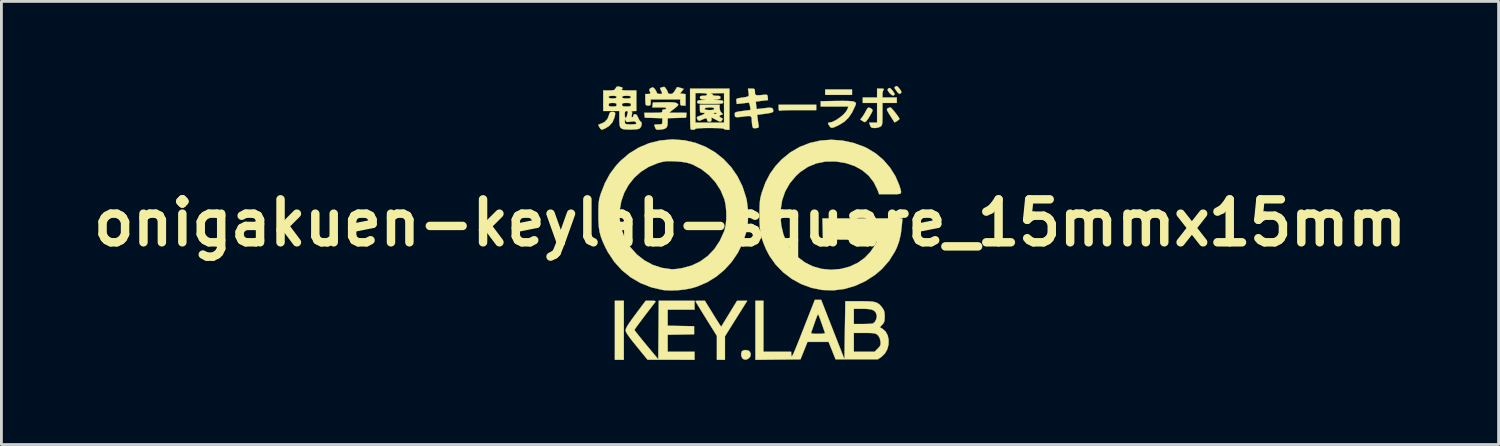
<source format=kicad_pcb>
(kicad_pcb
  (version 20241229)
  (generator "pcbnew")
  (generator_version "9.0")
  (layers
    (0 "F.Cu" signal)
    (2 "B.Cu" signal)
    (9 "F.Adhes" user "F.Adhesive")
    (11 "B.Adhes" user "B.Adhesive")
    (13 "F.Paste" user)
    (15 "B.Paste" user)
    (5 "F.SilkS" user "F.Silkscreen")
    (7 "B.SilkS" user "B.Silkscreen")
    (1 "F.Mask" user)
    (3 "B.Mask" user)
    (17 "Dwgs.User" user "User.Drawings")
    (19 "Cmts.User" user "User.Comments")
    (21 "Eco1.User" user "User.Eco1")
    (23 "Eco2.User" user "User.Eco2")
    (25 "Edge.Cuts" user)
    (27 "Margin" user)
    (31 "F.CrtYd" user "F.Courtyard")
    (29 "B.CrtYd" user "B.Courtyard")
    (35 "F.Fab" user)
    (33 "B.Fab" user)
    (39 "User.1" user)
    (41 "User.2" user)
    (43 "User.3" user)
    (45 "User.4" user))
  (footprint "onigakuen-keylab-square_15mmx15mm"
    (layer "F.Cu")
    (at 23.557 4.856)
    (property "Reference" "onigakuen-keylab-square_15mmx15mm" (at 0 0 0) (layer "F.SilkS") (effects (font (size 1.524 1.524) (thickness 0.3))))
    (attr through_hole)
    (fp_poly (pts (xy -4.477 4.858) (xy -4.794 4.858) (xy -4.794 2.762) (xy -4.477 2.762) (xy -4.477 4.858)) (stroke (width 0.01) (type solid)) (fill yes) (layer "F.SilkS"))
    (fp_poly (pts (xy 3.619 -4.54) (xy 2.667 -4.54) (xy 2.667 -4.731) (xy 3.619 -4.731) (xy 3.619 -4.54)) (stroke (width 0.01) (type solid)) (fill yes) (layer "F.SilkS"))
    (fp_poly (pts (xy 2.349 -4) (xy 1.733 -4) (xy 1.539 -4) (xy 1.364 -3.997) (xy 1.221 -3.993) (xy 1.118 -3.988) (xy 1.068 -3.982) (xy 1.066 -3.981) (xy 1.032 -3.981) (xy 1.018 -4.023) (xy 1.016 -4.076) (xy 1.016 -4.191) (xy 2.349 -4.191) (xy 2.349 -4)) (stroke (width 0.01) (type solid)) (fill yes) (layer "F.SilkS"))
    (fp_poly (pts (xy -0.116 4.514) (xy -0.034 4.545) (xy -0.018 4.558) (xy 0.027 4.642) (xy 0.013 4.733) (xy -0.032 4.794) (xy -0.121 4.85) (xy -0.211 4.846) (xy -0.268 4.808) (xy -0.307 4.733) (xy -0.315 4.641) (xy -0.291 4.561) (xy -0.279 4.547) (xy -0.208 4.514) (xy -0.116 4.514)) (stroke (width 0.01) (type solid)) (fill yes) (layer "F.SilkS"))
    (fp_poly (pts (xy 5.222 -4.846) (xy 5.263 -4.806) (xy 5.308 -4.751) (xy 5.36 -4.674) (xy 5.369 -4.626) (xy 5.357 -4.608) (xy 5.319 -4.579) (xy 5.282 -4.584) (xy 5.234 -4.632) (xy 5.191 -4.687) (xy 5.139 -4.761) (xy 5.127 -4.805) (xy 5.147 -4.829) (xy 5.189 -4.851) (xy 5.222 -4.846)) (stroke (width 0.01) (type solid)) (fill yes) (layer "F.SilkS"))
    (fp_poly (pts (xy 4.986 -4.768) (xy 5.043 -4.707) (xy 5.051 -4.698) (xy 5.104 -4.625) (xy 5.131 -4.569) (xy 5.132 -4.556) (xy 5.097 -4.518) (xy 5.038 -4.529) (xy 4.969 -4.584) (xy 4.943 -4.615) (xy 4.893 -4.686) (xy 4.88 -4.727) (xy 4.901 -4.759) (xy 4.91 -4.766) (xy 4.947 -4.785) (xy 4.986 -4.768)) (stroke (width 0.01) (type solid)) (fill yes) (layer "F.SilkS"))
    (fp_poly (pts (xy 5.014 -4.072) (xy 5.07 -4.011) (xy 5.138 -3.929) (xy 5.206 -3.84) (xy 5.263 -3.759) (xy 5.298 -3.701) (xy 5.302 -3.686) (xy 5.278 -3.657) (xy 5.219 -3.616) (xy 5.215 -3.613) (xy 5.128 -3.562) (xy 4.978 -3.797) (xy 4.908 -3.91) (xy 4.868 -3.982) (xy 4.856 -4.025) (xy 4.867 -4.049) (xy 4.889 -4.064) (xy 4.953 -4.09) (xy 4.983 -4.096) (xy 5.014 -4.072)) (stroke (width 0.01) (type solid)) (fill yes) (layer "F.SilkS"))
    (fp_poly (pts (xy 4.275 -4.07) (xy 4.304 -4.05) (xy 4.339 -4.02) (xy 4.348 -3.988) (xy 4.328 -3.935) (xy 4.294 -3.868) (xy 4.234 -3.764) (xy 4.17 -3.668) (xy 4.151 -3.643) (xy 4.101 -3.586) (xy 4.063 -3.574) (xy 4.011 -3.601) (xy 3.996 -3.611) (xy 3.912 -3.667) (xy 3.985 -3.76) (xy 4.049 -3.854) (xy 4.108 -3.961) (xy 4.114 -3.974) (xy 4.163 -4.061) (xy 4.212 -4.092) (xy 4.275 -4.07)) (stroke (width 0.01) (type solid)) (fill yes) (layer "F.SilkS"))
    (fp_poly (pts (xy -4.819 -3.931) (xy -4.787 -3.905) (xy -4.785 -3.845) (xy -4.809 -3.739) (xy -4.809 -3.738) (xy -4.879 -3.57) (xy -4.996 -3.44) (xy -5.118 -3.362) (xy -5.21 -3.319) (xy -5.265 -3.308) (xy -5.303 -3.334) (xy -5.343 -3.394) (xy -5.377 -3.457) (xy -5.372 -3.487) (xy -5.324 -3.504) (xy -5.312 -3.507) (xy -5.164 -3.573) (xy -5.06 -3.682) (xy -5.013 -3.796) (xy -4.986 -3.884) (xy -4.954 -3.925) (xy -4.903 -3.937) (xy -4.888 -3.937) (xy -4.819 -3.931)) (stroke (width 0.01) (type solid)) (fill yes) (layer "F.SilkS"))
    (fp_poly (pts (xy -1.382 3.119) (xy -1.293 3.264) (xy -1.21 3.398) (xy -1.141 3.507) (xy -1.095 3.578) (xy -1.093 3.582) (xy -1.024 3.687) (xy -0.46 2.765) (xy -0.279 2.764) (xy -0.098 2.762) (xy -0.494 3.393) (xy -0.889 4.024) (xy -0.889 4.858) (xy -1.175 4.858) (xy -1.175 4.01) (xy -1.556 3.399) (xy -1.665 3.223) (xy -1.762 3.066) (xy -1.842 2.935) (xy -1.9 2.839) (xy -1.932 2.784) (xy -1.937 2.775) (xy -1.908 2.768) (xy -1.834 2.763) (xy -1.77 2.762) (xy -1.603 2.762) (xy -1.382 3.119)) (stroke (width 0.01) (type solid)) (fill yes) (layer "F.SilkS"))
    (fp_poly (pts (xy 4.723 -4.759) (xy 4.749 -4.745) (xy 4.737 -4.724) (xy 4.712 -4.669) (xy 4.699 -4.583) (xy 4.699 -4.566) (xy 4.699 -4.445) (xy 5.207 -4.445) (xy 5.207 -4.255) (xy 4.699 -4.255) (xy 4.699 -3.859) (xy 4.698 -3.694) (xy 4.695 -3.58) (xy 4.687 -3.507) (xy 4.673 -3.461) (xy 4.651 -3.432) (xy 4.628 -3.415) (xy 4.551 -3.383) (xy 4.449 -3.366) (xy 4.425 -3.365) (xy 4.338 -3.371) (xy 4.291 -3.395) (xy 4.262 -3.452) (xy 4.259 -3.461) (xy 4.226 -3.556) (xy 4.508 -3.556) (xy 4.508 -4.255) (xy 4 -4.255) (xy 4 -4.445) (xy 4.508 -4.445) (xy 4.508 -4.763) (xy 4.642 -4.763) (xy 4.723 -4.759)) (stroke (width 0.01) (type solid)) (fill yes) (layer "F.SilkS"))
    (fp_poly (pts (xy 3.47 -4.324) (xy 3.593 -4.317) (xy 3.671 -4.304) (xy 3.699 -4.294) (xy 3.746 -4.265) (xy 3.759 -4.232) (xy 3.741 -4.172) (xy 3.725 -4.135) (xy 3.614 -3.905) (xy 3.491 -3.726) (xy 3.345 -3.587) (xy 3.165 -3.475) (xy 3.127 -3.457) (xy 3.007 -3.401) (xy 2.93 -3.375) (xy 2.879 -3.375) (xy 2.842 -3.404) (xy 2.814 -3.444) (xy 2.772 -3.514) (xy 2.768 -3.547) (xy 2.803 -3.556) (xy 2.807 -3.556) (xy 2.914 -3.579) (xy 3.043 -3.641) (xy 3.178 -3.73) (xy 3.303 -3.833) (xy 3.401 -3.939) (xy 3.457 -4.034) (xy 3.489 -4.128) (xy 2.508 -4.128) (xy 2.508 -4.315) (xy 3.066 -4.325) (xy 3.296 -4.327) (xy 3.47 -4.324)) (stroke (width 0.01) (type solid)) (fill yes) (layer "F.SilkS"))
    (fp_poly (pts (xy -3.408 2.765) (xy -3.358 2.776) (xy -3.352 2.796) (xy -3.356 2.802) (xy -3.385 2.839) (xy -3.445 2.918) (xy -3.53 3.029) (xy -3.634 3.165) (xy -3.744 3.308) (xy -3.856 3.457) (xy -3.954 3.589) (xy -4.032 3.696) (xy -4.082 3.769) (xy -4.099 3.8) (xy -4.079 3.831) (xy -4.024 3.903) (xy -3.941 4.009) (xy -3.834 4.14) (xy -3.712 4.289) (xy -3.676 4.333) (xy -3.254 4.84) (xy -3.246 3.801) (xy -3.238 2.762) (xy -1.968 2.762) (xy -1.968 3.08) (xy -2.921 3.08) (xy -2.921 3.65) (xy -2.453 3.658) (xy -1.984 3.667) (xy -1.984 3.953) (xy -2.453 3.962) (xy -2.921 3.97) (xy -2.921 4.572) (xy -1.968 4.572) (xy -1.968 4.858) (xy -2.802 4.856) (xy -3.635 4.855) (xy -4.024 4.378) (xy -4.168 4.2) (xy -4.274 4.062) (xy -4.347 3.959) (xy -4.391 3.884) (xy -4.411 3.829) (xy -4.413 3.808) (xy -4.402 3.757) (xy -4.366 3.682) (xy -4.301 3.578) (xy -4.203 3.437) (xy -4.069 3.254) (xy -4.056 3.238) (xy -3.7 2.762) (xy -3.513 2.762) (xy -3.408 2.765)) (stroke (width 0.01) (type solid)) (fill yes) (layer "F.SilkS"))
    (fp_poly (pts (xy -3.012 -4.801) (xy -2.969 -4.742) (xy -2.931 -4.674) (xy -2.911 -4.618) (xy -2.91 -4.613) (xy -2.883 -4.582) (xy -2.823 -4.572) (xy -2.776 -4.577) (xy -2.736 -4.6) (xy -2.692 -4.65) (xy -2.634 -4.74) (xy -2.588 -4.817) (xy -2.559 -4.813) (xy -2.491 -4.795) (xy -2.468 -4.788) (xy -2.353 -4.753) (xy -2.418 -4.67) (xy -2.483 -4.588) (xy -2.286 -4.568) (xy -2.286 -4.159) (xy -2.381 -4.159) (xy -2.445 -4.165) (xy -2.471 -4.197) (xy -2.477 -4.27) (xy -2.477 -4.381) (xy -3.524 -4.381) (xy -3.524 -4.27) (xy -3.53 -4.195) (xy -3.557 -4.164) (xy -3.598 -4.159) (xy -3.665 -4.167) (xy -3.694 -4.18) (xy -3.705 -4.221) (xy -3.713 -4.305) (xy -3.715 -4.387) (xy -3.715 -4.572) (xy -3.616 -4.572) (xy -3.549 -4.579) (xy -3.533 -4.606) (xy -3.537 -4.62) (xy -3.565 -4.69) (xy -3.573 -4.709) (xy -3.561 -4.752) (xy -3.511 -4.787) (xy -3.453 -4.806) (xy -3.41 -4.786) (xy -3.367 -4.733) (xy -3.323 -4.662) (xy -3.302 -4.61) (xy -3.302 -4.607) (xy -3.274 -4.582) (xy -3.208 -4.572) (xy -3.207 -4.572) (xy -3.139 -4.575) (xy -3.117 -4.596) (xy -3.134 -4.649) (xy -3.158 -4.697) (xy -3.187 -4.76) (xy -3.179 -4.79) (xy -3.134 -4.806) (xy -3.071 -4.821) (xy -3.044 -4.826) (xy -3.012 -4.801)) (stroke (width 0.01) (type solid)) (fill yes) (layer "F.SilkS"))
    (fp_poly (pts (xy -2.748 -4.276) (xy -2.665 -4.267) (xy -2.611 -4.251) (xy -2.588 -4.236) (xy -2.558 -4.213) (xy -2.545 -4.193) (xy -2.556 -4.167) (xy -2.596 -4.127) (xy -2.674 -4.063) (xy -2.778 -3.981) (xy -2.873 -3.906) (xy -2.562 -3.906) (xy -2.25 -3.905) (xy -2.26 -3.818) (xy -2.27 -3.731) (xy -2.596 -3.722) (xy -2.921 -3.713) (xy -2.921 -3.559) (xy -2.931 -3.444) (xy -2.969 -3.372) (xy -3.046 -3.331) (xy -3.174 -3.309) (xy -3.175 -3.309) (xy -3.27 -3.303) (xy -3.322 -3.313) (xy -3.351 -3.346) (xy -3.365 -3.379) (xy -3.388 -3.446) (xy -3.397 -3.479) (xy -3.369 -3.487) (xy -3.297 -3.492) (xy -3.254 -3.493) (xy -3.167 -3.495) (xy -3.125 -3.511) (xy -3.112 -3.554) (xy -3.111 -3.602) (xy -3.111 -3.712) (xy -3.421 -3.722) (xy -3.731 -3.731) (xy -3.741 -3.818) (xy -3.751 -3.905) (xy -3.431 -3.905) (xy -3.286 -3.906) (xy -3.193 -3.91) (xy -3.141 -3.919) (xy -3.118 -3.937) (xy -3.112 -3.965) (xy -3.111 -3.972) (xy -3.097 -4.021) (xy -3.066 -4.022) (xy -3.01 -4.028) (xy -2.983 -4.05) (xy -2.972 -4.073) (xy -2.993 -4.086) (xy -3.055 -4.093) (xy -3.168 -4.096) (xy -3.205 -4.096) (xy -3.465 -4.096) (xy -3.455 -4.183) (xy -3.445 -4.27) (xy -3.048 -4.278) (xy -2.872 -4.28) (xy -2.748 -4.276)) (stroke (width 0.01) (type solid)) (fill yes) (layer "F.SilkS"))
    (fp_poly (pts (xy -1.079 -4.077) (xy -1.058 -3.967) (xy -1.008 -3.903) (xy -0.965 -3.861) (xy -0.973 -3.844) (xy -0.986 -3.843) (xy -1.051 -3.821) (xy -1.073 -3.804) (xy -1.088 -3.77) (xy -1.05 -3.741) (xy -1.03 -3.732) (xy -0.976 -3.704) (xy -0.973 -3.671) (xy -0.997 -3.635) (xy -1.026 -3.601) (xy -1.057 -3.591) (xy -1.107 -3.606) (xy -1.193 -3.65) (xy -1.205 -3.656) (xy -1.365 -3.74) (xy -1.365 -3.664) (xy -1.379 -3.606) (xy -1.433 -3.588) (xy -1.445 -3.588) (xy -1.507 -3.603) (xy -1.524 -3.651) (xy -1.532 -3.698) (xy -1.565 -3.711) (xy -1.634 -3.69) (xy -1.701 -3.66) (xy -1.776 -3.627) (xy -1.817 -3.623) (xy -1.848 -3.649) (xy -1.859 -3.664) (xy -1.889 -3.724) (xy -1.867 -3.764) (xy -1.789 -3.793) (xy -1.698 -3.827) (xy -1.639 -3.86) (xy -1.619 -3.875) (xy -1.287 -3.875) (xy -1.25 -3.861) (xy -1.2 -3.868) (xy -1.175 -3.892) (xy -1.175 -3.893) (xy -1.202 -3.903) (xy -1.24 -3.905) (xy -1.284 -3.894) (xy -1.287 -3.875) (xy -1.619 -3.875) (xy -1.599 -3.891) (xy -1.608 -3.903) (xy -1.674 -3.905) (xy -1.676 -3.905) (xy -1.739 -3.909) (xy -1.768 -3.931) (xy -1.777 -3.989) (xy -1.778 -4.032) (xy -1.606 -4.032) (xy -1.597 -4.021) (xy -1.556 -4.009) (xy -1.474 -4.002) (xy -1.423 -4) (xy -1.325 -4.006) (xy -1.279 -4.025) (xy -1.27 -4.048) (xy -1.287 -4.078) (xy -1.347 -4.093) (xy -1.427 -4.096) (xy -1.539 -4.088) (xy -1.601 -4.066) (xy -1.606 -4.032) (xy -1.778 -4.032) (xy -1.778 -4.048) (xy -1.778 -4.191) (xy -1.079 -4.191) (xy -1.079 -4.077)) (stroke (width 0.01) (type solid)) (fill yes) (layer "F.SilkS"))
    (fp_poly (pts (xy 0.131 -4.759) (xy 0.166 -4.737) (xy 0.174 -4.677) (xy 0.175 -4.643) (xy 0.177 -4.583) (xy 0.194 -4.545) (xy 0.234 -4.528) (xy 0.311 -4.526) (xy 0.436 -4.537) (xy 0.492 -4.543) (xy 0.574 -4.548) (xy 0.612 -4.532) (xy 0.626 -4.484) (xy 0.629 -4.457) (xy 0.638 -4.358) (xy 0.422 -4.33) (xy 0.206 -4.302) (xy 0.217 -4.175) (xy 0.226 -4.093) (xy 0.234 -4.045) (xy 0.236 -4.04) (xy 0.269 -4.04) (xy 0.349 -4.048) (xy 0.462 -4.062) (xy 0.507 -4.068) (xy 0.651 -4.084) (xy 0.744 -4.083) (xy 0.797 -4.063) (xy 0.82 -4.018) (xy 0.825 -3.964) (xy 0.813 -3.936) (xy 0.771 -3.914) (xy 0.687 -3.894) (xy 0.551 -3.873) (xy 0.539 -3.872) (xy 0.252 -3.832) (xy 0.271 -3.686) (xy 0.286 -3.577) (xy 0.301 -3.48) (xy 0.305 -3.456) (xy 0.309 -3.399) (xy 0.28 -3.372) (xy 0.211 -3.36) (xy 0.135 -3.357) (xy 0.099 -3.381) (xy 0.082 -3.44) (xy 0.068 -3.544) (xy 0.063 -3.631) (xy 0.057 -3.721) (xy 0.032 -3.772) (xy -0.026 -3.791) (xy -0.126 -3.786) (xy -0.191 -3.777) (xy -0.343 -3.757) (xy -0.443 -3.748) (xy -0.502 -3.753) (xy -0.53 -3.775) (xy -0.539 -3.813) (xy -0.54 -3.838) (xy -0.54 -3.875) (xy -0.535 -3.901) (xy -0.515 -3.92) (xy -0.47 -3.935) (xy -0.39 -3.95) (xy -0.265 -3.968) (xy -0.109 -3.988) (xy 0.019 -4.006) (xy 0.000385 -4.138) (xy -0.018 -4.218) (xy -0.041 -4.263) (xy -0.049 -4.266) (xy -0.095 -4.26) (xy -0.183 -4.25) (xy -0.274 -4.239) (xy -0.468 -4.217) (xy -0.482 -4.314) (xy -0.487 -4.375) (xy -0.464 -4.407) (xy -0.4 -4.424) (xy -0.367 -4.429) (xy -0.219 -4.452) (xy -0.123 -4.469) (xy -0.068 -4.487) (xy -0.045 -4.513) (xy -0.043 -4.552) (xy -0.051 -4.611) (xy -0.053 -4.623) (xy -0.072 -4.763) (xy 0.051 -4.763) (xy 0.131 -4.759)) (stroke (width 0.01) (type solid)) (fill yes) (layer "F.SilkS"))
    (fp_poly (pts (xy -0.73 -3.302) (xy -0.826 -3.302) (xy -0.892 -3.311) (xy -0.921 -3.333) (xy -0.921 -3.334) (xy -0.952 -3.346) (xy -1.041 -3.356) (xy -1.184 -3.363) (xy -1.375 -3.365) (xy -1.429 -3.365) (xy -1.631 -3.364) (xy -1.786 -3.358) (xy -1.889 -3.349) (xy -1.935 -3.337) (xy -1.937 -3.334) (xy -1.963 -3.311) (xy -2.021 -3.302) (xy -2.081 -3.31) (xy -2.106 -3.323) (xy -2.112 -3.36) (xy -2.118 -3.45) (xy -2.122 -3.586) (xy -2.125 -3.757) (xy -2.127 -3.954) (xy -2.127 -4.053) (xy -2.127 -4.604) (xy -1.937 -4.604) (xy -1.937 -3.556) (xy -0.921 -3.556) (xy -0.921 -4.604) (xy -1.199 -4.599) (xy -1.31 -4.596) (xy -1.381 -4.59) (xy -1.402 -4.584) (xy -1.389 -4.581) (xy -1.331 -4.563) (xy -1.319 -4.538) (xy -1.302 -4.52) (xy -1.237 -4.51) (xy -1.192 -4.508) (xy -1.102 -4.504) (xy -1.059 -4.487) (xy -1.048 -4.451) (xy -1.048 -4.447) (xy -1.059 -4.408) (xy -1.103 -4.386) (xy -1.194 -4.373) (xy -1.199 -4.373) (xy -1.273 -4.367) (xy -1.294 -4.362) (xy -1.257 -4.359) (xy -1.16 -4.356) (xy -1.151 -4.355) (xy -1.042 -4.35) (xy -0.982 -4.338) (xy -0.957 -4.316) (xy -0.953 -4.286) (xy -0.956 -4.261) (xy -0.972 -4.244) (xy -1.01 -4.233) (xy -1.081 -4.227) (xy -1.193 -4.224) (xy -1.356 -4.223) (xy -1.413 -4.223) (xy -1.592 -4.223) (xy -1.718 -4.225) (xy -1.799 -4.231) (xy -1.846 -4.24) (xy -1.867 -4.256) (xy -1.873 -4.278) (xy -1.873 -4.286) (xy -1.865 -4.323) (xy -1.832 -4.343) (xy -1.759 -4.352) (xy -1.691 -4.355) (xy -1.597 -4.359) (xy -1.563 -4.362) (xy -1.586 -4.367) (xy -1.643 -4.373) (xy -1.731 -4.387) (xy -1.771 -4.413) (xy -1.778 -4.447) (xy -1.767 -4.487) (xy -1.722 -4.505) (xy -1.651 -4.508) (xy -1.563 -4.516) (xy -1.526 -4.542) (xy -1.524 -4.556) (xy -1.538 -4.583) (xy -1.587 -4.598) (xy -1.684 -4.603) (xy -1.73 -4.604) (xy -1.937 -4.604) (xy -2.127 -4.604) (xy -2.127 -4.763) (xy -0.73 -4.763) (xy -0.73 -3.302)) (stroke (width 0.01) (type solid)) (fill yes) (layer "F.SilkS"))
    (fp_poly (pts (xy -2.325 -2.929) (xy -1.938 -2.84) (xy -1.575 -2.697) (xy -1.239 -2.503) (xy -0.937 -2.262) (xy -0.671 -1.978) (xy -0.447 -1.655) (xy -0.268 -1.295) (xy -0.141 -0.904) (xy -0.114 -0.787) (xy -0.065 -0.4) (xy -0.077 -0.016) (xy -0.144 0.36) (xy -0.264 0.721) (xy -0.432 1.062) (xy -0.646 1.377) (xy -0.901 1.66) (xy -1.194 1.905) (xy -1.521 2.107) (xy -1.879 2.26) (xy -2.075 2.318) (xy -2.298 2.361) (xy -2.545 2.389) (xy -2.792 2.399) (xy -3.014 2.39) (xy -3.096 2.38) (xy -3.504 2.286) (xy -3.884 2.136) (xy -4.232 1.933) (xy -4.544 1.68) (xy -4.816 1.38) (xy -5.044 1.035) (xy -5.128 0.875) (xy -5.222 0.671) (xy -5.289 0.495) (xy -5.335 0.327) (xy -5.363 0.15) (xy -5.376 -0.054) (xy -5.377 -0.131) (xy -4.624 -0.131) (xy -4.569 0.191) (xy -4.456 0.508) (xy -4.428 0.567) (xy -4.245 0.863) (xy -4.018 1.118) (xy -3.753 1.327) (xy -3.456 1.488) (xy -3.135 1.595) (xy -2.795 1.644) (xy -2.746 1.646) (xy -2.669 1.642) (xy -2.552 1.628) (xy -2.421 1.608) (xy -2.406 1.605) (xy -2.072 1.515) (xy -1.768 1.37) (xy -1.497 1.173) (xy -1.264 0.928) (xy -1.07 0.636) (xy -0.918 0.3) (xy -0.902 0.254) (xy -0.862 0.08) (xy -0.841 -0.134) (xy -0.841 -0.364) (xy -0.859 -0.591) (xy -0.897 -0.793) (xy -0.911 -0.841) (xy -1.042 -1.154) (xy -1.226 -1.441) (xy -1.455 -1.692) (xy -1.721 -1.902) (xy -2.019 -2.062) (xy -2.117 -2.1) (xy -2.27 -2.142) (xy -2.464 -2.169) (xy -2.658 -2.183) (xy -2.824 -2.188) (xy -2.949 -2.187) (xy -3.053 -2.175) (xy -3.157 -2.152) (xy -3.279 -2.116) (xy -3.594 -1.987) (xy -3.873 -1.811) (xy -4.113 -1.594) (xy -4.31 -1.343) (xy -4.463 -1.065) (xy -4.568 -0.766) (xy -4.622 -0.452) (xy -4.624 -0.131) (xy -5.377 -0.131) (xy -5.379 -0.302) (xy -5.378 -0.493) (xy -5.373 -0.637) (xy -5.364 -0.75) (xy -5.347 -0.847) (xy -5.321 -0.945) (xy -5.289 -1.048) (xy -5.143 -1.419) (xy -4.965 -1.745) (xy -4.745 -2.038) (xy -4.598 -2.196) (xy -4.291 -2.459) (xy -3.951 -2.669) (xy -3.584 -2.824) (xy -3.194 -2.921) (xy -2.786 -2.959) (xy -2.731 -2.96) (xy -2.325 -2.929)) (stroke (width 0.01) (type solid)) (fill yes) (layer "F.SilkS"))
    (fp_poly (pts (xy 3.27 -2.921) (xy 3.662 -2.838) (xy 4.049 -2.698) (xy 4.157 -2.647) (xy 4.459 -2.464) (xy 4.733 -2.231) (xy 4.969 -1.957) (xy 5.16 -1.653) (xy 5.298 -1.327) (xy 5.315 -1.272) (xy 5.346 -1.168) (xy 5.36 -1.096) (xy 5.349 -1.052) (xy 5.305 -1.028) (xy 5.219 -1.018) (xy 5.082 -1.016) (xy 4.973 -1.016) (xy 4.581 -1.016) (xy 4.525 -1.167) (xy 4.392 -1.439) (xy 4.21 -1.673) (xy 3.983 -1.866) (xy 3.714 -2.015) (xy 3.407 -2.119) (xy 3.065 -2.175) (xy 3.016 -2.179) (xy 2.672 -2.174) (xy 2.352 -2.11) (xy 2.056 -1.988) (xy 1.785 -1.807) (xy 1.634 -1.67) (xy 1.413 -1.406) (xy 1.249 -1.119) (xy 1.14 -0.805) (xy 1.086 -0.459) (xy 1.079 -0.27) (xy 1.107 0.087) (xy 1.187 0.418) (xy 1.315 0.72) (xy 1.487 0.988) (xy 1.699 1.217) (xy 1.948 1.404) (xy 2.228 1.543) (xy 2.536 1.631) (xy 2.867 1.663) (xy 2.889 1.663) (xy 3.221 1.635) (xy 3.532 1.553) (xy 3.816 1.421) (xy 4.066 1.244) (xy 4.274 1.025) (xy 4.373 0.881) (xy 4.422 0.803) (xy 4.46 0.741) (xy 4.482 0.693) (xy 4.481 0.658) (xy 4.454 0.633) (xy 4.393 0.616) (xy 4.295 0.606) (xy 4.152 0.601) (xy 3.96 0.599) (xy 3.713 0.597) (xy 3.551 0.596) (xy 2.588 0.587) (xy 2.579 0.214) (xy 2.57 -0.159) (xy 5.407 -0.159) (xy 5.385 0.103) (xy 5.349 0.399) (xy 5.29 0.653) (xy 5.204 0.886) (xy 5.143 1.012) (xy 4.935 1.346) (xy 4.677 1.639) (xy 4.44 1.841) (xy 4.093 2.067) (xy 3.727 2.235) (xy 3.348 2.345) (xy 2.962 2.394) (xy 2.574 2.382) (xy 2.554 2.38) (xy 2.175 2.303) (xy 1.814 2.17) (xy 1.479 1.985) (xy 1.176 1.754) (xy 0.911 1.481) (xy 0.691 1.171) (xy 0.571 0.941) (xy 0.484 0.735) (xy 0.42 0.549) (xy 0.376 0.367) (xy 0.35 0.17) (xy 0.338 -0.058) (xy 0.336 -0.286) (xy 0.338 -0.488) (xy 0.342 -0.642) (xy 0.351 -0.763) (xy 0.365 -0.865) (xy 0.387 -0.963) (xy 0.418 -1.072) (xy 0.423 -1.089) (xy 0.551 -1.439) (xy 0.711 -1.745) (xy 0.91 -2.022) (xy 1.131 -2.257) (xy 1.432 -2.502) (xy 1.763 -2.694) (xy 2.118 -2.833) (xy 2.492 -2.918) (xy 2.878 -2.948) (xy 3.27 -2.921)) (stroke (width 0.01) (type solid)) (fill yes) (layer "F.SilkS"))
    (fp_poly (pts (xy 2.524 2.731) (xy 3.35 4.838) (xy 3.364 3.905) (xy 3.683 3.905) (xy 3.683 4.572) (xy 4.42 4.572) (xy 4.532 4.46) (xy 4.599 4.387) (xy 4.629 4.327) (xy 4.632 4.251) (xy 4.627 4.199) (xy 4.599 4.078) (xy 4.542 3.993) (xy 4.526 3.978) (xy 4.485 3.947) (xy 4.439 3.926) (xy 4.375 3.914) (xy 4.28 3.907) (xy 4.14 3.905) (xy 4.062 3.905) (xy 3.683 3.905) (xy 3.364 3.905) (xy 3.365 3.808) (xy 3.377 3.048) (xy 3.683 3.048) (xy 3.683 3.588) (xy 3.998 3.588) (xy 4.138 3.586) (xy 4.257 3.581) (xy 4.34 3.573) (xy 4.364 3.568) (xy 4.428 3.514) (xy 4.476 3.423) (xy 4.497 3.32) (xy 4.492 3.268) (xy 4.459 3.177) (xy 4.399 3.113) (xy 4.303 3.073) (xy 4.162 3.053) (xy 3.996 3.048) (xy 3.683 3.048) (xy 3.377 3.048) (xy 3.381 2.778) (xy 3.889 2.779) (xy 4.109 2.781) (xy 4.275 2.788) (xy 4.4 2.804) (xy 4.494 2.832) (xy 4.567 2.875) (xy 4.632 2.935) (xy 4.689 3.006) (xy 4.741 3.084) (xy 4.768 3.162) (xy 4.778 3.267) (xy 4.778 3.321) (xy 4.775 3.438) (xy 4.759 3.515) (xy 4.724 3.574) (xy 4.691 3.611) (xy 4.605 3.702) (xy 4.7 3.758) (xy 4.812 3.858) (xy 4.885 3.995) (xy 4.918 4.154) (xy 4.913 4.322) (xy 4.869 4.486) (xy 4.788 4.632) (xy 4.67 4.748) (xy 4.658 4.757) (xy 4.529 4.842) (xy 3.036 4.842) (xy 2.912 4.532) (xy 2.787 4.223) (xy 2.039 4.223) (xy 1.915 4.532) (xy 1.79 4.842) (xy 0.99 4.85) (xy 0.191 4.859) (xy 0.191 2.762) (xy 0.476 2.762) (xy 0.476 4.572) (xy 1.457 4.572) (xy 1.467 4.7) (xy 1.471 4.728) (xy 1.481 4.736) (xy 1.498 4.718) (xy 1.525 4.669) (xy 1.564 4.586) (xy 1.616 4.462) (xy 1.684 4.294) (xy 1.771 4.077) (xy 1.842 3.897) (xy 2.167 3.897) (xy 2.176 3.918) (xy 2.228 3.93) (xy 2.331 3.936) (xy 2.412 3.937) (xy 2.53 3.934) (xy 2.617 3.926) (xy 2.66 3.915) (xy 2.662 3.91) (xy 2.648 3.871) (xy 2.618 3.785) (xy 2.577 3.667) (xy 2.54 3.561) (xy 2.494 3.43) (xy 2.454 3.324) (xy 2.425 3.257) (xy 2.413 3.239) (xy 2.397 3.267) (xy 2.365 3.342) (xy 2.323 3.453) (xy 2.29 3.548) (xy 2.243 3.682) (xy 2.204 3.795) (xy 2.176 3.872) (xy 2.167 3.897) (xy 1.842 3.897) (xy 1.878 3.805) (xy 1.888 3.779) (xy 2.3 2.731) (xy 2.524 2.731)) (stroke (width 0.01) (type solid)) (fill yes) (layer "F.SilkS"))
    (fp_poly (pts (xy -4.661 -4.837) (xy -4.567 -4.814) (xy -4.524 -4.795) (xy -4.522 -4.773) (xy -4.541 -4.746) (xy -4.552 -4.723) (xy -4.535 -4.709) (xy -4.478 -4.702) (xy -4.371 -4.699) (xy -4.306 -4.699) (xy -4.032 -4.699) (xy -4.032 -3.969) (xy -4.135 -3.966) (xy -4.194 -3.961) (xy -4.206 -3.951) (xy -4.202 -3.949) (xy -4.18 -3.91) (xy -4.191 -3.84) (xy -4.204 -3.772) (xy -4.186 -3.748) (xy -4.174 -3.747) (xy -4.144 -3.769) (xy -4.146 -3.79) (xy -4.134 -3.832) (xy -4.095 -3.851) (xy -4.049 -3.852) (xy -4.012 -3.818) (xy -3.971 -3.736) (xy -3.968 -3.728) (xy -3.926 -3.646) (xy -3.889 -3.596) (xy -3.875 -3.588) (xy -3.848 -3.562) (xy -3.844 -3.501) (xy -3.861 -3.428) (xy -3.887 -3.38) (xy -3.921 -3.347) (xy -3.977 -3.328) (xy -4.07 -3.317) (xy -4.18 -3.312) (xy -4.308 -3.312) (xy -4.417 -3.315) (xy -4.486 -3.322) (xy -4.493 -3.323) (xy -4.558 -3.347) (xy -4.6 -3.385) (xy -4.623 -3.449) (xy -4.633 -3.553) (xy -4.634 -3.617) (xy -4.443 -3.617) (xy -4.437 -3.547) (xy -4.424 -3.514) (xy -4.383 -3.501) (xy -4.305 -3.495) (xy -4.211 -3.493) (xy -4.12 -3.497) (xy -4.054 -3.505) (xy -4.033 -3.516) (xy -4.052 -3.577) (xy -4.112 -3.602) (xy -4.22 -3.594) (xy -4.235 -3.592) (xy -4.327 -3.577) (xy -4.377 -3.582) (xy -4.404 -3.61) (xy -4.414 -3.631) (xy -4.434 -3.675) (xy -4.441 -3.662) (xy -4.443 -3.617) (xy -4.634 -3.617) (xy -4.636 -3.687) (xy -4.636 -3.842) (xy -4.445 -3.842) (xy -4.436 -3.754) (xy -4.413 -3.718) (xy -4.386 -3.737) (xy -4.364 -3.802) (xy -4.345 -3.881) (xy -4.332 -3.929) (xy -4.348 -3.961) (xy -4.382 -3.969) (xy -4.423 -3.958) (xy -4.442 -3.914) (xy -4.445 -3.842) (xy -4.636 -3.842) (xy -4.636 -3.969) (xy -5.207 -3.969) (xy -5.207 -4.191) (xy -5.016 -4.191) (xy -5.007 -4.151) (xy -4.968 -4.133) (xy -4.884 -4.128) (xy -4.874 -4.128) (xy -4.784 -4.132) (xy -4.742 -4.149) (xy -4.731 -4.186) (xy -4.731 -4.191) (xy -4.54 -4.191) (xy -4.532 -4.153) (xy -4.496 -4.134) (xy -4.418 -4.128) (xy -4.381 -4.128) (xy -4.286 -4.131) (xy -4.239 -4.145) (xy -4.223 -4.176) (xy -4.223 -4.191) (xy -4.231 -4.229) (xy -4.267 -4.248) (xy -4.345 -4.254) (xy -4.381 -4.255) (xy -4.477 -4.251) (xy -4.524 -4.237) (xy -4.54 -4.206) (xy -4.54 -4.191) (xy -4.731 -4.191) (xy -4.74 -4.231) (xy -4.779 -4.249) (xy -4.863 -4.254) (xy -4.874 -4.255) (xy -4.963 -4.25) (xy -5.005 -4.233) (xy -5.016 -4.196) (xy -5.016 -4.191) (xy -5.207 -4.191) (xy -5.207 -4.461) (xy -5.016 -4.461) (xy -4.998 -4.429) (xy -4.934 -4.415) (xy -4.874 -4.413) (xy -4.779 -4.419) (xy -4.737 -4.441) (xy -4.731 -4.461) (xy -4.54 -4.461) (xy -4.523 -4.431) (xy -4.464 -4.416) (xy -4.381 -4.413) (xy -4.282 -4.418) (xy -4.233 -4.436) (xy -4.223 -4.461) (xy -4.24 -4.491) (xy -4.299 -4.505) (xy -4.381 -4.508) (xy -4.481 -4.503) (xy -4.53 -4.486) (xy -4.54 -4.461) (xy -4.731 -4.461) (xy -4.749 -4.492) (xy -4.813 -4.507) (xy -4.874 -4.508) (xy -4.968 -4.502) (xy -5.011 -4.481) (xy -5.016 -4.461) (xy -5.207 -4.461) (xy -5.207 -4.699) (xy -5.006 -4.699) (xy -4.894 -4.701) (xy -4.828 -4.712) (xy -4.792 -4.737) (xy -4.769 -4.776) (xy -4.727 -4.832) (xy -4.663 -4.837) (xy -4.661 -4.837)) (stroke (width 0.01) (type solid)) (fill yes) (layer "F.SilkS")))
  (gr_rect
    (start -3 -3)
    (end 50.113 12.72)
    (stroke (width 0.1) (type default))
    (fill no)
    (layer "Edge.Cuts")))
</source>
